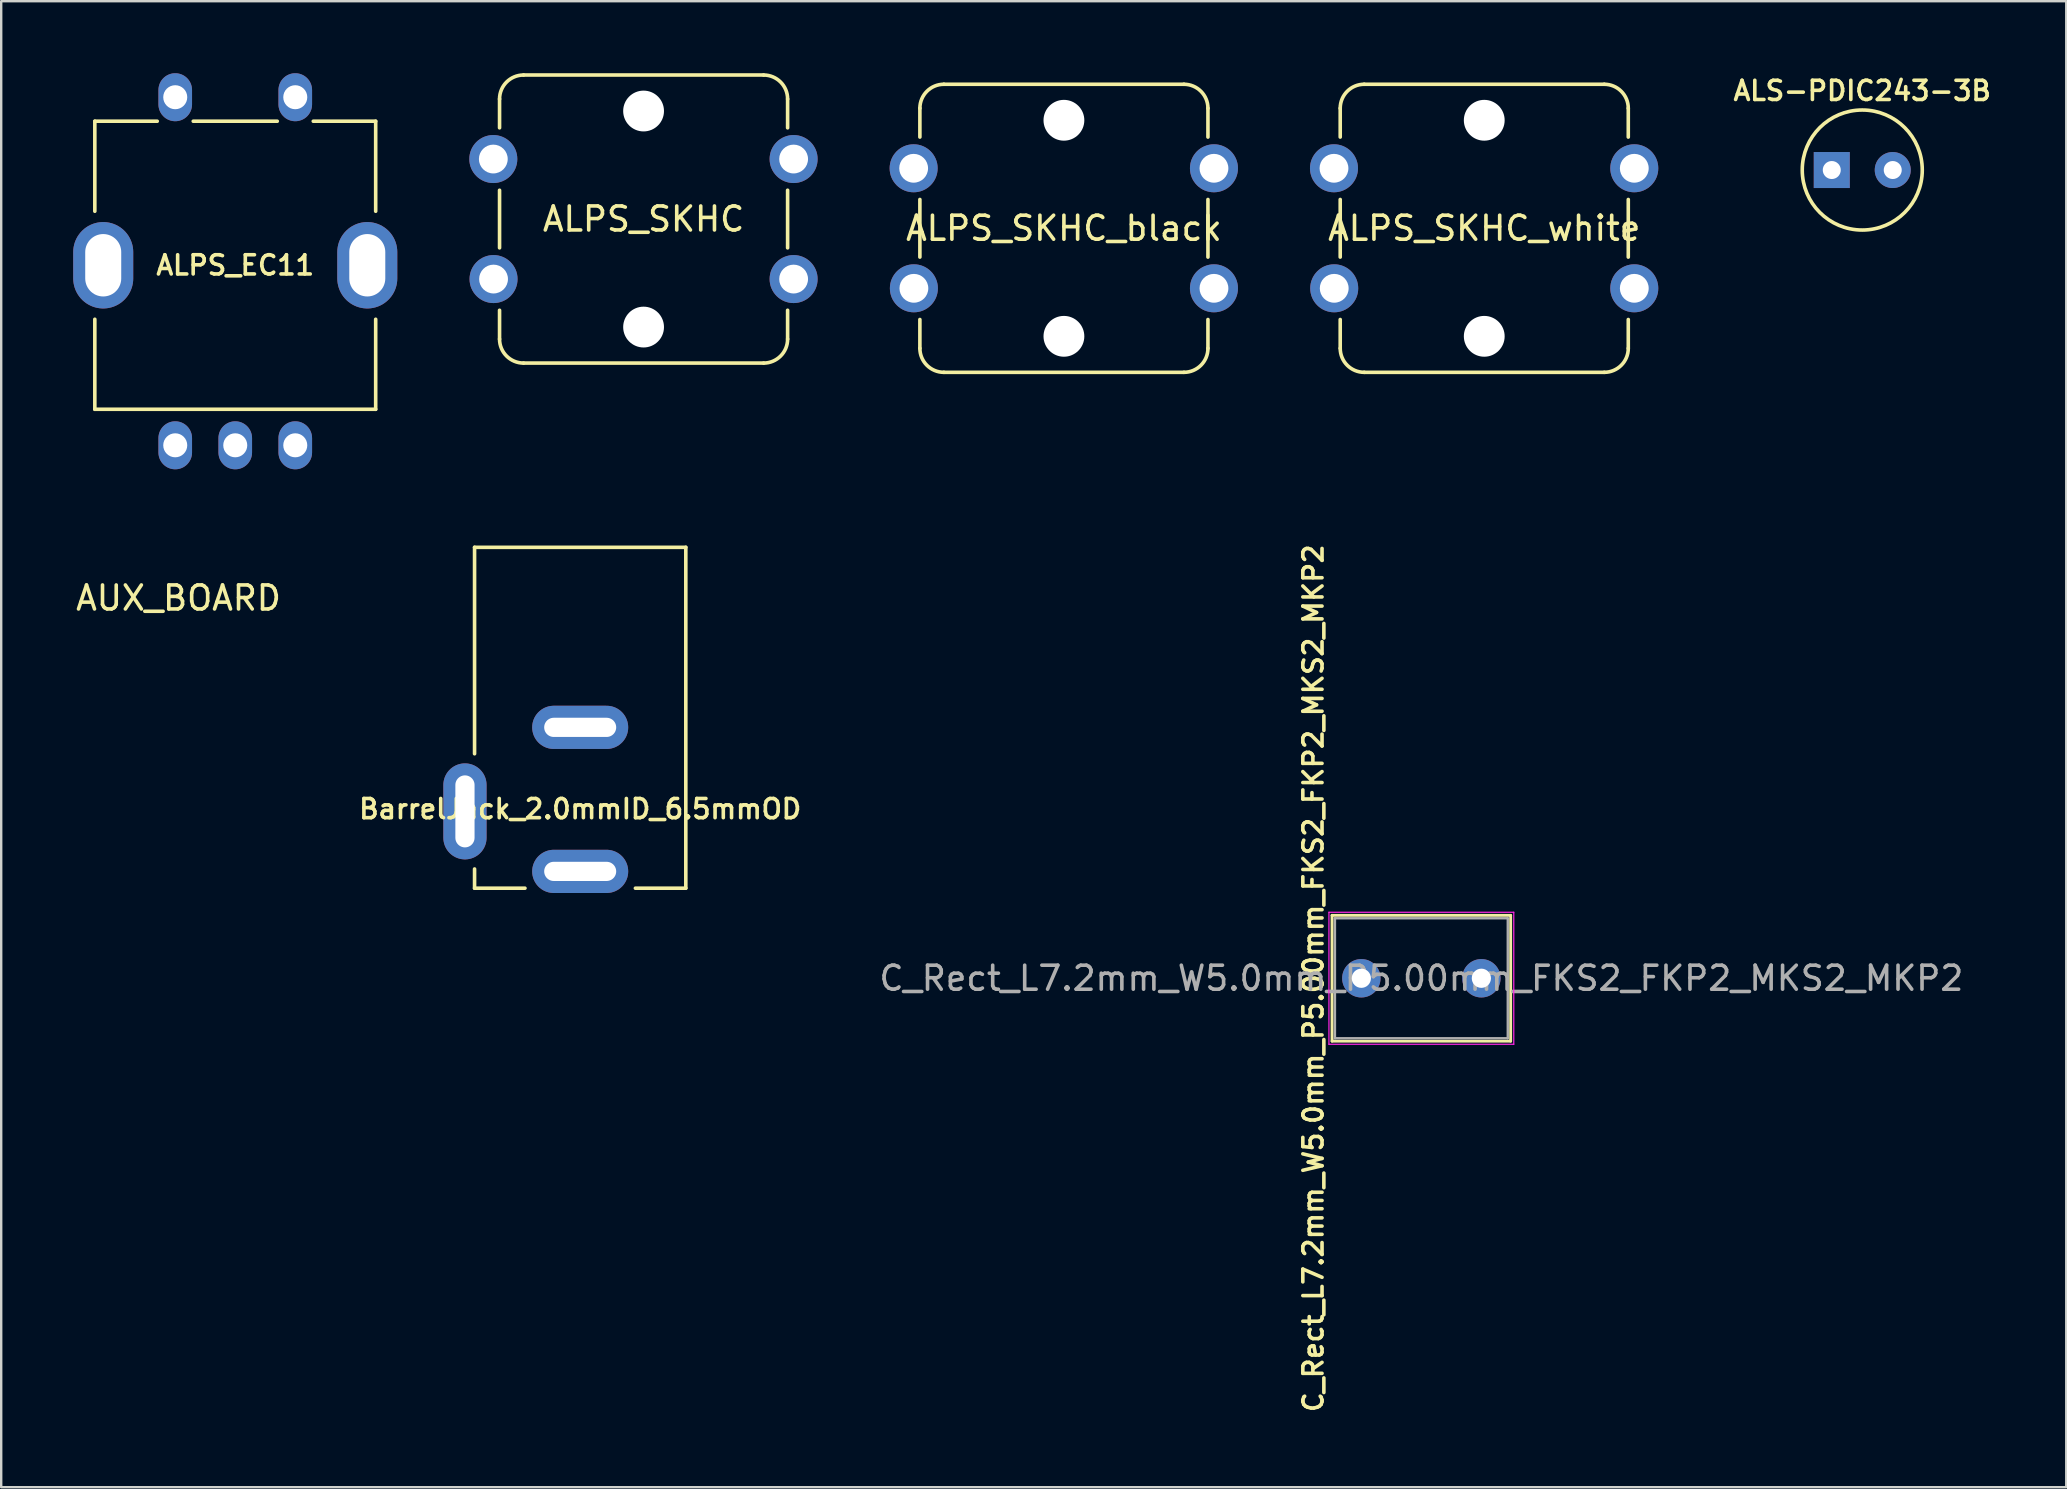
<source format=kicad_pcb>
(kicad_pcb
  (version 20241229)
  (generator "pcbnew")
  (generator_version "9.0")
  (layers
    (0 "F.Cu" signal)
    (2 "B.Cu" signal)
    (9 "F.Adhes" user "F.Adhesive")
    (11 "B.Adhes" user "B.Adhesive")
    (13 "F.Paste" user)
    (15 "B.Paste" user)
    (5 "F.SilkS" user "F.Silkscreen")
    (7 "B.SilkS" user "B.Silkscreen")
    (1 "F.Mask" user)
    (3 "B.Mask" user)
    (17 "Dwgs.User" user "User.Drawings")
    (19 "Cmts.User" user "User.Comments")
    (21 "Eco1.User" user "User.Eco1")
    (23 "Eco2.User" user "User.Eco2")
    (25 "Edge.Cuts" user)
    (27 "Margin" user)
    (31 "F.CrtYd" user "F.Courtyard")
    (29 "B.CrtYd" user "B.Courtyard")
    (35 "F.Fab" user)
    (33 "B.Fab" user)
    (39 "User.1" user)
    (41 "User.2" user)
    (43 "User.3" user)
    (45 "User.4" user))
  (footprint "BarrelJack_2.0mmID_6.5mmOD"
    (layer "F.Cu")
    (at 21.119 19.75)
    (property "Reference" "BarrelJack_2.0mmID_6.5mmOD" (at 0 10.9 180) (layer "F.SilkS") (effects (font (size 0.8 0.8) (thickness 0.15))))
    (attr through_hole)
    (fp_line (start -4.4 0) (end -4.4 8.6) (stroke (width 0.15) (type solid)) (layer "F.SilkS"))
    (fp_line (start -4.4 13.4) (end -4.4 14.2) (stroke (width 0.15) (type solid)) (layer "F.SilkS"))
    (fp_line (start -4.4 14.2) (end -2.3 14.2) (stroke (width 0.15) (type solid)) (layer "F.SilkS"))
    (fp_line (start 4.4 0) (end -4.4 0) (stroke (width 0.15) (type solid)) (layer "F.SilkS"))
    (fp_line (start 4.4 14.2) (end 2.3 14.2) (stroke (width 0.15) (type solid)) (layer "F.SilkS"))
    (fp_line (start 4.4 14.2) (end 4.4 0) (stroke (width 0.15) (type solid)) (layer "F.SilkS"))
    (pad "1" thru_hole oval (at 0 13.5) (size 4 1.8) (drill oval 3 0.8) (layers "*.Cu" "*.Mask"))
    (pad "2" thru_hole oval (at 0 7.5) (size 4 1.8) (drill oval 3 0.8) (layers "*.Cu" "*.Mask"))
    (pad "3" thru_hole oval (at -4.8 11 90) (size 4 1.8) (drill oval 3 0.8) (layers "*.Cu" "*.Mask")))
  (footprint "ALPS_EC11"
    (layer "F.Cu")
    (at 6.75 8)
    (property "Reference" "ALPS_EC11" (at 0 0 0) (layer "F.SilkS") (effects (font (size 0.8 0.8) (thickness 0.15))))
    (attr through_hole)
    (fp_line (start -5.85 -6) (end -3.25 -6) (stroke (width 0.15) (type solid)) (layer "F.SilkS"))
    (fp_line (start -5.85 -2.25) (end -5.85 -6) (stroke (width 0.15) (type solid)) (layer "F.SilkS"))
    (fp_line (start -5.85 6) (end -5.85 2.25) (stroke (width 0.15) (type solid)) (layer "F.SilkS"))
    (fp_line (start -1.75 -6) (end 1.75 -6) (stroke (width 0.15) (type solid)) (layer "F.SilkS"))
    (fp_line (start 3.25 -6) (end 5.85 -6) (stroke (width 0.15) (type solid)) (layer "F.SilkS"))
    (fp_line (start 5.85 -6) (end 5.85 -2.25) (stroke (width 0.15) (type solid)) (layer "F.SilkS"))
    (fp_line (start 5.85 6) (end -5.85 6) (stroke (width 0.15) (type solid)) (layer "F.SilkS"))
    (fp_line (start 5.85 6) (end 5.85 2.25) (stroke (width 0.15) (type solid)) (layer "F.SilkS"))
    (pad "" thru_hole oval (at -5.5 0 90) (size 3.6 2.5) (drill oval 2.6 1.5) (layers "*.Cu" "*.Mask"))
    (pad "" thru_hole oval (at 5.5 0 90) (size 3.6 2.5) (drill oval 2.6 1.5) (layers "*.Cu" "*.Mask"))
    (pad "A" thru_hole oval (at -2.5 7.5) (size 1.4 2) (drill 1) (layers "*.Cu" "*.Mask"))
    (pad "B" thru_hole oval (at 2.5 7.5) (size 1.4 2) (drill 1) (layers "*.Cu" "*.Mask"))
    (pad "C" thru_hole oval (at 0 7.5) (size 1.4 2) (drill 1) (layers "*.Cu" "*.Mask"))
    (pad "S1" thru_hole oval (at -2.5 -7) (size 1.4 2) (drill 1) (layers "*.Cu" "*.Mask"))
    (pad "S2" thru_hole oval (at 2.5 -7) (size 1.4 2) (drill 1) (layers "*.Cu" "*.Mask")))
  (footprint "ALPS_SKHC"
    (layer "F.Cu")
    (at 23.76 6.075)
    (property "Reference" "ALPS_SKHC" (at 0 0 180) (layer "F.SilkS") (effects (font (size 1 1) (thickness 0.15))))
    (attr through_hole)
    (fp_line (start -6 -5) (end -6 -3.8) (stroke (width 0.15) (type solid)) (layer "F.SilkS"))
    (fp_line (start -6 1.2) (end -6 -1.2) (stroke (width 0.15) (type solid)) (layer "F.SilkS"))
    (fp_line (start -6 5) (end -6 3.8) (stroke (width 0.15) (type solid)) (layer "F.SilkS"))
    (fp_line (start -5 -6) (end 5 -6) (stroke (width 0.15) (type solid)) (layer "F.SilkS"))
    (fp_line (start 5 6) (end -5 6) (stroke (width 0.15) (type solid)) (layer "F.SilkS"))
    (fp_line (start 6 -5) (end 6 -3.8) (stroke (width 0.15) (type solid)) (layer "F.SilkS"))
    (fp_line (start 6 -1.2) (end 6 1.2) (stroke (width 0.15) (type solid)) (layer "F.SilkS"))
    (fp_line (start 6 5) (end 6 3.8) (stroke (width 0.15) (type solid)) (layer "F.SilkS"))
    (fp_arc (start -6 -5) (mid -5.707107 -5.707107) (end -5 -6) (stroke (width 0.15) (type solid)) (layer "F.SilkS"))
    (fp_arc (start -5 6) (mid -5.707107 5.707107) (end -6 5) (stroke (width 0.15) (type solid)) (layer "F.SilkS"))
    (fp_arc (start 5 -6) (mid 5.707107 -5.707107) (end 6 -5) (stroke (width 0.15) (type solid)) (layer "F.SilkS"))
    (fp_arc (start 6 5) (mid 5.707107 5.707107) (end 5 6) (stroke (width 0.15) (type solid)) (layer "F.SilkS"))
    (pad "" np_thru_hole circle (at 0 -4.5) (size 1.7 1.7) (drill 1.7) (layers "*.Cu" "*.Mask"))
    (pad "" np_thru_hole circle (at 0 4.5) (size 1.7 1.7) (drill 1.7) (layers "*.Cu" "*.Mask"))
    (pad "1" thru_hole circle (at -6.26 -2.5) (size 2 2) (drill 1.2) (layers "*.Cu" "*.Mask"))
    (pad "1" thru_hole circle (at 6.25 -2.5) (size 2 2) (drill 1.2) (layers "*.Cu" "*.Mask"))
    (pad "2" thru_hole circle (at -6.25 2.5) (size 2 2) (drill 1.2) (layers "*.Cu" "*.Mask"))
    (pad "2" thru_hole circle (at 6.25 2.5) (size 2 2) (drill 1.2) (layers "*.Cu" "*.Mask")))
  (footprint "C_Rect_L7.2mm_W5.0mm_P5.00mm_FKS2_FKP2_MKS2_MKP2"
    (layer "F.Cu")
    (at 53.66 37.702)
    (property "Reference" "C_Rect_L7.2mm_W5.0mm_P5.00mm_FKS2_FKP2_MKS2_MKP2" (at -2 0 90) (layer "F.SilkS") (effects (font (size 0.8 0.8) (thickness 0.15))))
    (attr through_hole)
    (fp_line (start -1.22 -2.62) (end -1.22 2.62) (stroke (width 0.12) (type solid)) (layer "F.SilkS"))
    (fp_line (start -1.22 -2.62) (end 6.22 -2.62) (stroke (width 0.12) (type solid)) (layer "F.SilkS"))
    (fp_line (start -1.22 2.62) (end 6.22 2.62) (stroke (width 0.12) (type solid)) (layer "F.SilkS"))
    (fp_line (start 6.22 -2.62) (end 6.22 2.62) (stroke (width 0.12) (type solid)) (layer "F.SilkS"))
    (fp_line (start -1.35 -2.75) (end -1.35 2.75) (stroke (width 0.05) (type solid)) (layer "F.CrtYd"))
    (fp_line (start -1.35 2.75) (end 6.35 2.75) (stroke (width 0.05) (type solid)) (layer "F.CrtYd"))
    (fp_line (start 6.35 -2.75) (end -1.35 -2.75) (stroke (width 0.05) (type solid)) (layer "F.CrtYd"))
    (fp_line (start 6.35 2.75) (end 6.35 -2.75) (stroke (width 0.05) (type solid)) (layer "F.CrtYd"))
    (fp_line (start -1.1 -2.5) (end -1.1 2.5) (stroke (width 0.1) (type solid)) (layer "F.Fab"))
    (fp_line (start -1.1 2.5) (end 6.1 2.5) (stroke (width 0.1) (type solid)) (layer "F.Fab"))
    (fp_line (start 6.1 -2.5) (end -1.1 -2.5) (stroke (width 0.1) (type solid)) (layer "F.Fab"))
    (fp_line (start 6.1 2.5) (end 6.1 -2.5) (stroke (width 0.1) (type solid)) (layer "F.Fab"))
    (fp_text user "${REFERENCE}" (at 2.5 0 180) (layer "F.Fab") (effects (font (size 1 1) (thickness 0.15))))
    (pad "1" thru_hole circle (at 0 0) (size 1.6 1.6) (drill 0.8) (layers "*.Cu" "*.Mask"))
    (pad "2" thru_hole circle (at 5 0) (size 1.6 1.6) (drill 0.8) (layers "*.Cu" "*.Mask")))
  (footprint "ALPS_SKHC_black"
    (layer "F.Cu")
    (at 41.27 6.46)
    (property "Reference" "ALPS_SKHC_black" (at 0 0 180) (layer "F.SilkS") (effects (font (size 1 1) (thickness 0.15))))
    (attr through_hole)
    (fp_line (start -6 -5) (end -6 -3.8) (stroke (width 0.15) (type solid)) (layer "F.SilkS"))
    (fp_line (start -6 1.2) (end -6 -1.2) (stroke (width 0.15) (type solid)) (layer "F.SilkS"))
    (fp_line (start -6 5) (end -6 3.8) (stroke (width 0.15) (type solid)) (layer "F.SilkS"))
    (fp_line (start -5 -6) (end 5 -6) (stroke (width 0.15) (type solid)) (layer "F.SilkS"))
    (fp_line (start 5 6) (end -5 6) (stroke (width 0.15) (type solid)) (layer "F.SilkS"))
    (fp_line (start 6 -5) (end 6 -3.8) (stroke (width 0.15) (type solid)) (layer "F.SilkS"))
    (fp_line (start 6 -1.2) (end 6 1.2) (stroke (width 0.15) (type solid)) (layer "F.SilkS"))
    (fp_line (start 6 5) (end 6 3.8) (stroke (width 0.15) (type solid)) (layer "F.SilkS"))
    (fp_arc (start -6 -5) (mid -5.707107 -5.707107) (end -5 -6) (stroke (width 0.15) (type solid)) (layer "F.SilkS"))
    (fp_arc (start -5 6) (mid -5.707107 5.707107) (end -6 5) (stroke (width 0.15) (type solid)) (layer "F.SilkS"))
    (fp_arc (start 5 -6) (mid 5.707107 -5.707107) (end 6 -5) (stroke (width 0.15) (type solid)) (layer "F.SilkS"))
    (fp_arc (start 6 5) (mid 5.707107 5.707107) (end 5 6) (stroke (width 0.15) (type solid)) (layer "F.SilkS"))
    (fp_circle (center 0 0) (end 5.75 0) (stroke (width 0.12) (type solid)) (fill no) (layer "Eco1.User"))
    (fp_circle (center 0 0) (end 6.4 0) (stroke (width 0.12) (type solid)) (fill no) (layer "Eco1.User"))
    (pad "" np_thru_hole circle (at 0 -4.5) (size 1.7 1.7) (drill 1.7) (layers "*.Cu" "*.Mask"))
    (pad "" np_thru_hole circle (at 0 4.5) (size 1.7 1.7) (drill 1.7) (layers "*.Cu" "*.Mask"))
    (pad "1" thru_hole circle (at -6.26 -2.5) (size 2 2) (drill 1.2) (layers "*.Cu" "*.Mask"))
    (pad "1" thru_hole circle (at 6.25 -2.5) (size 2 2) (drill 1.2) (layers "*.Cu" "*.Mask"))
    (pad "2" thru_hole circle (at -6.25 2.5) (size 2 2) (drill 1.2) (layers "*.Cu" "*.Mask"))
    (pad "2" thru_hole circle (at 6.25 2.5) (size 2 2) (drill 1.2) (layers "*.Cu" "*.Mask")))
  (footprint "ALPS_SKHC_white"
    (layer "F.Cu")
    (at 58.78 6.46)
    (property "Reference" "ALPS_SKHC_white" (at 0 0 180) (layer "F.SilkS") (effects (font (size 1 1) (thickness 0.15))))
    (attr through_hole)
    (fp_line (start -6 -5) (end -6 -3.8) (stroke (width 0.15) (type solid)) (layer "F.SilkS"))
    (fp_line (start -6 1.2) (end -6 -1.2) (stroke (width 0.15) (type solid)) (layer "F.SilkS"))
    (fp_line (start -6 5) (end -6 3.8) (stroke (width 0.15) (type solid)) (layer "F.SilkS"))
    (fp_line (start -5 -6) (end 5 -6) (stroke (width 0.15) (type solid)) (layer "F.SilkS"))
    (fp_line (start 5 6) (end -5 6) (stroke (width 0.15) (type solid)) (layer "F.SilkS"))
    (fp_line (start 6 -5) (end 6 -3.8) (stroke (width 0.15) (type solid)) (layer "F.SilkS"))
    (fp_line (start 6 -1.2) (end 6 1.2) (stroke (width 0.15) (type solid)) (layer "F.SilkS"))
    (fp_line (start 6 5) (end 6 3.8) (stroke (width 0.15) (type solid)) (layer "F.SilkS"))
    (fp_arc (start -6 -5) (mid -5.707107 -5.707107) (end -5 -6) (stroke (width 0.15) (type solid)) (layer "F.SilkS"))
    (fp_arc (start -5 6) (mid -5.707107 5.707107) (end -6 5) (stroke (width 0.15) (type solid)) (layer "F.SilkS"))
    (fp_arc (start 5 -6) (mid 5.707107 -5.707107) (end 6 -5) (stroke (width 0.15) (type solid)) (layer "F.SilkS"))
    (fp_arc (start 6 5) (mid 5.707107 5.707107) (end 5 6) (stroke (width 0.15) (type solid)) (layer "F.SilkS"))
    (fp_circle (center 0 0) (end 5.75 0) (stroke (width 0.12) (type solid)) (fill no) (layer "Eco1.User"))
    (fp_circle (center 0 0) (end 6.4 0) (stroke (width 0.12) (type solid)) (fill no) (layer "Eco1.User"))
    (pad "" np_thru_hole circle (at 0 -4.5) (size 1.7 1.7) (drill 1.7) (layers "*.Cu" "*.Mask"))
    (pad "" np_thru_hole circle (at 0 4.5) (size 1.7 1.7) (drill 1.7) (layers "*.Cu" "*.Mask"))
    (pad "1" thru_hole circle (at -6.26 -2.5) (size 2 2) (drill 1.2) (layers "*.Cu" "*.Mask"))
    (pad "1" thru_hole circle (at 6.25 -2.5) (size 2 2) (drill 1.2) (layers "*.Cu" "*.Mask"))
    (pad "2" thru_hole circle (at -6.25 2.5) (size 2 2) (drill 1.2) (layers "*.Cu" "*.Mask"))
    (pad "2" thru_hole circle (at 6.25 2.5) (size 2 2) (drill 1.2) (layers "*.Cu" "*.Mask")))
  (footprint "ALS-PDIC243-3B"
    (layer "F.Cu")
    (at 74.527 4.033)
    (property "Reference" "ALS-PDIC243-3B" (at 0 -3.302 180) (layer "F.SilkS") (effects (font (size 0.8 0.8) (thickness 0.15))))
    (attr through_hole)
    (fp_circle (center 0 0) (end 2.5 0) (stroke (width 0.15) (type solid)) (fill no) (layer "F.SilkS"))
    (pad "1" thru_hole rect (at -1.27 0) (size 1.5 1.5) (drill 0.75) (layers "*.Cu" "*.Mask"))
    (pad "2" thru_hole circle (at 1.27 0) (size 1.5 1.5) (drill 0.75) (layers "*.Cu" "*.Mask")))
  (footprint "AUX_BOARD"
    (layer "F.Cu")
    (at 4.387 21.363)
    (property "Reference" "AUX_BOARD" (at 0 0.5 0) (layer "F.SilkS") (effects (font (size 1 1) (thickness 0.15))))
    (attr through_hole)
    (fp_circle (center 0 0) (end 1 1.5) (stroke (width 0.12) (type solid)) (fill no) (layer "Eco1.User")))
  (gr_rect
    (start -3 -3)
    (end 83.025 58.904)
    (stroke (width 0.1) (type default))
    (fill no)
    (layer "Edge.Cuts")))
</source>
